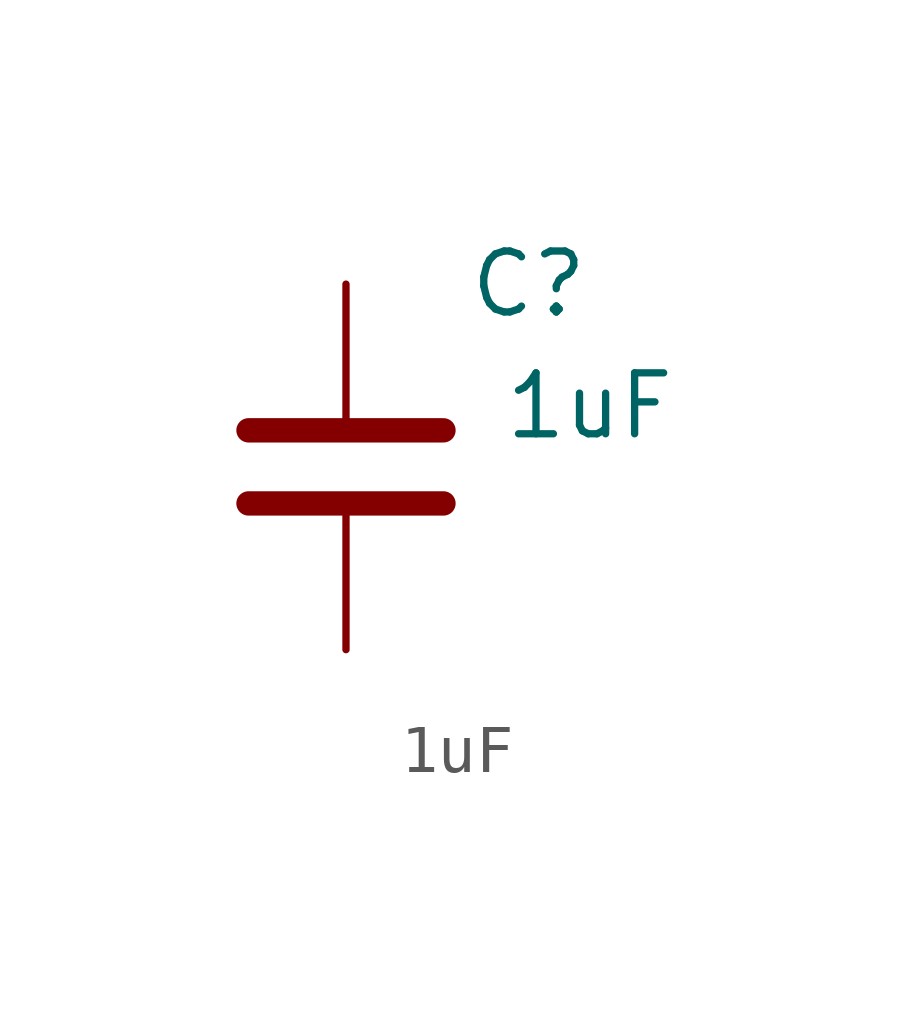
<source format=kicad_sym>
(kicad_symbol_lib
  (version 20211014)
  (generator kicad_symbol_editor)
  (symbol "1uF"
    (pin_numbers hide)
    (pin_names
      (offset 1.016) hide)
    (property "Reference" "C"
      (at 3.81 3.81 0)
      (effects (font (size 1.27 1.27))))
    (property "Value" "1uF"
      (at 5.08 1.27 0)
      (effects (font (size 1.27 1.27))))
    (symbol "1uF_1_1"
      (polyline (pts (xy -2.032 -0.762) (xy 2.032 -0.762)) (stroke (width 0.508) (type default) (color 0 0 0 0)) (fill (type none)))
      (polyline (pts (xy -2.032 0.762) (xy 2.032 0.762)) (stroke (width 0.508) (type default) (color 0 0 0 0)) (fill (type none)))
      (pin passive line (at 0 3.81 270) (length 2.794) (name "~" (effects (font (size 1.27 1.27)))) (number "1" (effects (font (size 1.27 1.27)))))
      (pin passive line (at 0 -3.81 90) (length 2.794) (name "~" (effects (font (size 1.27 1.27)))) (number "2" (effects (font (size 1.27 1.27))))))))
</source>
